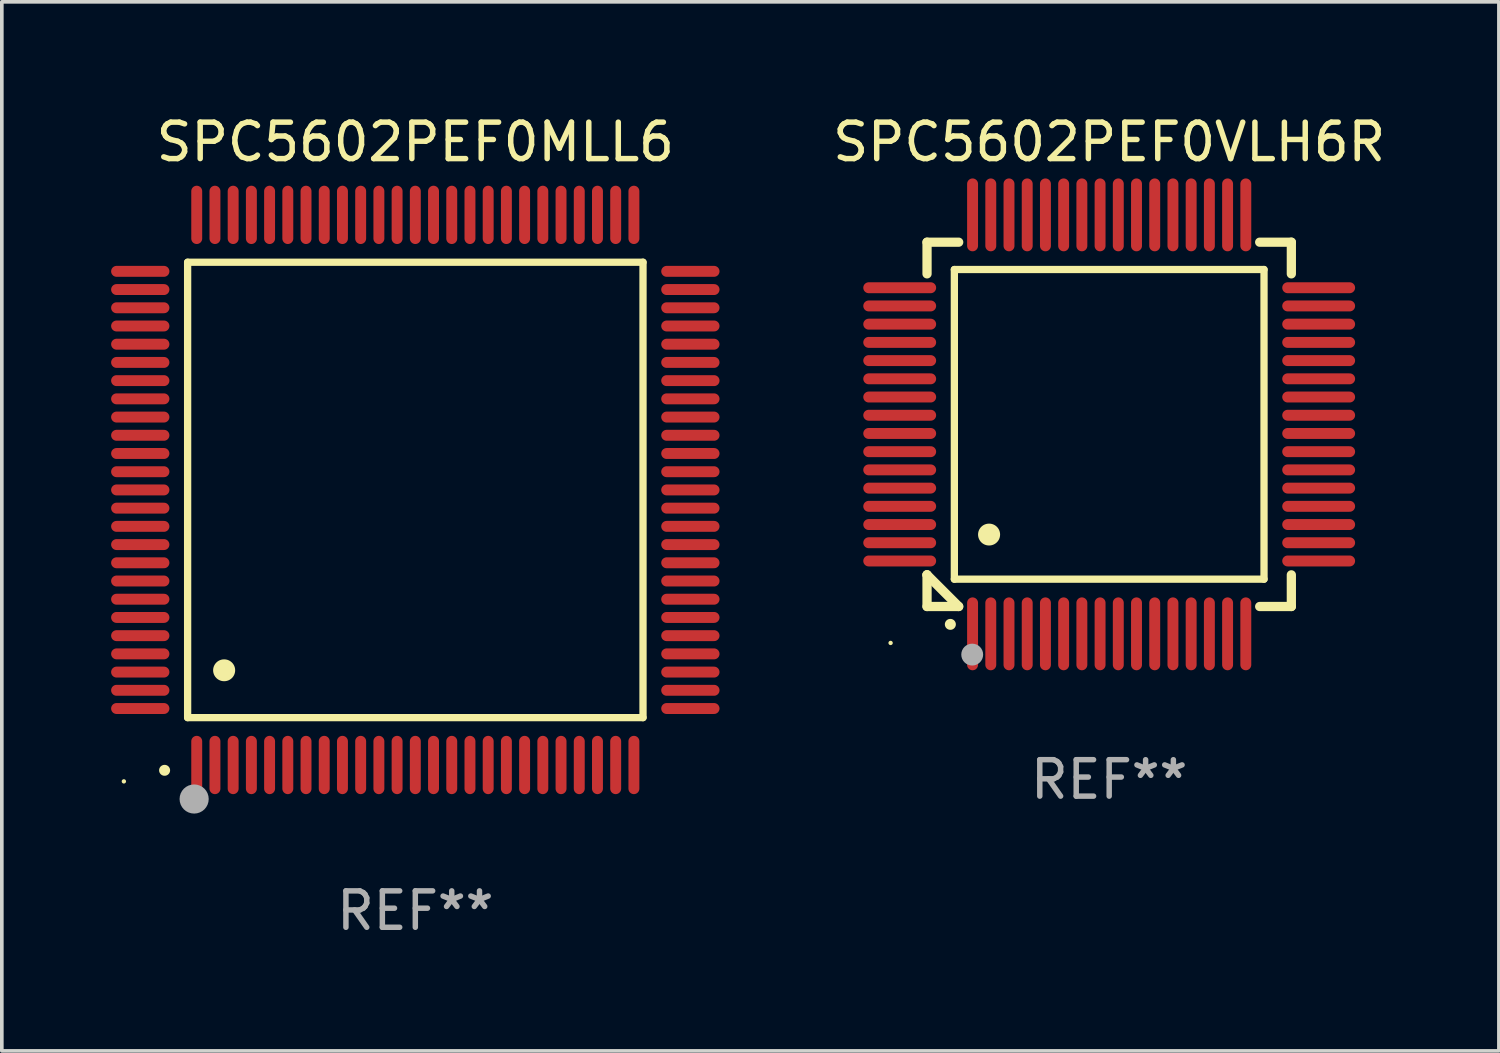
<source format=kicad_pcb>
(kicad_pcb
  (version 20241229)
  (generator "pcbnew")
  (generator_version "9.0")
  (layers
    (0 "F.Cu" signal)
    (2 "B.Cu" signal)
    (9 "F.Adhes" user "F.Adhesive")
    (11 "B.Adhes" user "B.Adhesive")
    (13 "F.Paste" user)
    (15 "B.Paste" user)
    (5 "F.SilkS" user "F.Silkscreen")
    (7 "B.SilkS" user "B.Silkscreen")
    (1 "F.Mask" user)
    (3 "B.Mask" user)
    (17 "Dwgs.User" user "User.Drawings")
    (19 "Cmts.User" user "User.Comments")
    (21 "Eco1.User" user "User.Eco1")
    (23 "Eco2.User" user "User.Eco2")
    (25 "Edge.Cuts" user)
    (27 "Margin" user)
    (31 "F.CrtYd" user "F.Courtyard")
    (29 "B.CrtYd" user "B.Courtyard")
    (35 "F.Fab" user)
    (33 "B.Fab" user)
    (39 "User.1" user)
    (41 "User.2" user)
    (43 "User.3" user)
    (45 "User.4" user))
  (footprint "SPC5602PEF0VLH6R"
    (layer "F.Cu")
    (at 27.396 8.598)
    (property "Reference" "SPC5602PEF0VLH6R" (at 0 -7.75 0) (layer "F.SilkS") (effects (font (size 1 1) (thickness 0.15))))
    (attr through_hole)
    (fp_line (start -5 -5) (end -4.131 -5) (stroke (width 0.254) (type solid)) (layer "F.SilkS"))
    (fp_line (start -5 -4.131) (end -5 -5) (stroke (width 0.254) (type solid)) (layer "F.SilkS"))
    (fp_line (start -5 4.131) (end -5 4.131) (stroke (width 0.254) (type solid)) (layer "F.SilkS"))
    (fp_line (start -5 5) (end -5 4.131) (stroke (width 0.254) (type solid)) (layer "F.SilkS"))
    (fp_line (start -5 4.131) (end -4.131 5) (stroke (width 0.254) (type solid)) (layer "F.SilkS"))
    (fp_line (start -4.25 -4.25) (end -4.25 4.25) (stroke (width 0.2) (type solid)) (layer "F.SilkS"))
    (fp_line (start -4.25 4.25) (end 4.25 4.25) (stroke (width 0.2) (type solid)) (layer "F.SilkS"))
    (fp_line (start -4.131 5) (end -5 5) (stroke (width 0.254) (type solid)) (layer "F.SilkS"))
    (fp_line (start 4.25 -4.25) (end -4.25 -4.25) (stroke (width 0.2) (type solid)) (layer "F.SilkS"))
    (fp_line (start 4.25 4.25) (end 4.25 -4.25) (stroke (width 0.2) (type solid)) (layer "F.SilkS"))
    (fp_line (start 5 -5) (end 4.131 -5) (stroke (width 0.254) (type solid)) (layer "F.SilkS"))
    (fp_line (start 5 -5) (end 5 -4.131) (stroke (width 0.254) (type solid)) (layer "F.SilkS"))
    (fp_line (start 5 4.131) (end 5 5) (stroke (width 0.254) (type solid)) (layer "F.SilkS"))
    (fp_line (start 5 5) (end 4.131 5) (stroke (width 0.254) (type solid)) (layer "F.SilkS"))
    (fp_arc (start -4.361265 5.489992) (mid -4.359995 5.489987) (end -4.358725 5.489992) (stroke (width 0.3) (type solid)) (layer "F.SilkS"))
    (fp_arc (start -3.299467 3.025146) (mid -3.296927 3.025135) (end -3.294387 3.025146) (stroke (width 0.6) (type solid)) (layer "F.SilkS"))
    (fp_circle (center -6 6) (end -5.97 6) (stroke (width 0.06) (type solid)) (fill no) (layer "F.SilkS"))
    (fp_circle (center -3.76 6.32) (end -3.61 6.32) (stroke (width 0.3) (type solid)) (fill no) (layer "F.Fab"))
    (fp_text user "REF**" (at 0 9.75 0) (layer "F.Fab") (effects (font (size 1 1) (thickness 0.15))))
    (pad "1" smd oval (at -3.75 5.75) (size 0.3 2) (layers "F.Cu" "F.Mask" "F.Paste"))
    (pad "2" smd oval (at -3.25 5.75) (size 0.3 2) (layers "F.Cu" "F.Mask" "F.Paste"))
    (pad "3" smd oval (at -2.75 5.75) (size 0.3 2) (layers "F.Cu" "F.Mask" "F.Paste"))
    (pad "4" smd oval (at -2.25 5.75) (size 0.3 2) (layers "F.Cu" "F.Mask" "F.Paste"))
    (pad "5" smd oval (at -1.75 5.75) (size 0.3 2) (layers "F.Cu" "F.Mask" "F.Paste"))
    (pad "6" smd oval (at -1.25 5.75) (size 0.3 2) (layers "F.Cu" "F.Mask" "F.Paste"))
    (pad "7" smd oval (at -0.75 5.75) (size 0.3 2) (layers "F.Cu" "F.Mask" "F.Paste"))
    (pad "8" smd oval (at -0.25 5.75) (size 0.3 2) (layers "F.Cu" "F.Mask" "F.Paste"))
    (pad "9" smd oval (at 0.25 5.75) (size 0.3 2) (layers "F.Cu" "F.Mask" "F.Paste"))
    (pad "10" smd oval (at 0.75 5.75) (size 0.3 2) (layers "F.Cu" "F.Mask" "F.Paste"))
    (pad "11" smd oval (at 1.25 5.75) (size 0.3 2) (layers "F.Cu" "F.Mask" "F.Paste"))
    (pad "12" smd oval (at 1.75 5.75) (size 0.3 2) (layers "F.Cu" "F.Mask" "F.Paste"))
    (pad "13" smd oval (at 2.25 5.75) (size 0.3 2) (layers "F.Cu" "F.Mask" "F.Paste"))
    (pad "14" smd oval (at 2.75 5.75) (size 0.3 2) (layers "F.Cu" "F.Mask" "F.Paste"))
    (pad "15" smd oval (at 3.25 5.75) (size 0.3 2) (layers "F.Cu" "F.Mask" "F.Paste"))
    (pad "16" smd oval (at 3.75 5.75) (size 0.3 2) (layers "F.Cu" "F.Mask" "F.Paste"))
    (pad "17" smd oval (at 5.75 3.75) (size 2 0.3) (layers "F.Cu" "F.Mask" "F.Paste"))
    (pad "18" smd oval (at 5.75 3.25) (size 2 0.3) (layers "F.Cu" "F.Mask" "F.Paste"))
    (pad "19" smd oval (at 5.75 2.75) (size 2 0.3) (layers "F.Cu" "F.Mask" "F.Paste"))
    (pad "20" smd oval (at 5.75 2.25) (size 2 0.3) (layers "F.Cu" "F.Mask" "F.Paste"))
    (pad "21" smd oval (at 5.75 1.75) (size 2 0.3) (layers "F.Cu" "F.Mask" "F.Paste"))
    (pad "22" smd oval (at 5.75 1.25) (size 2 0.3) (layers "F.Cu" "F.Mask" "F.Paste"))
    (pad "23" smd oval (at 5.75 0.75) (size 2 0.3) (layers "F.Cu" "F.Mask" "F.Paste"))
    (pad "24" smd oval (at 5.75 0.25) (size 2 0.3) (layers "F.Cu" "F.Mask" "F.Paste"))
    (pad "25" smd oval (at 5.75 -0.25) (size 2 0.3) (layers "F.Cu" "F.Mask" "F.Paste"))
    (pad "26" smd oval (at 5.75 -0.75) (size 2 0.3) (layers "F.Cu" "F.Mask" "F.Paste"))
    (pad "27" smd oval (at 5.75 -1.25) (size 2 0.3) (layers "F.Cu" "F.Mask" "F.Paste"))
    (pad "28" smd oval (at 5.75 -1.75) (size 2 0.3) (layers "F.Cu" "F.Mask" "F.Paste"))
    (pad "29" smd oval (at 5.75 -2.25) (size 2 0.3) (layers "F.Cu" "F.Mask" "F.Paste"))
    (pad "30" smd oval (at 5.75 -2.75) (size 2 0.3) (layers "F.Cu" "F.Mask" "F.Paste"))
    (pad "31" smd oval (at 5.75 -3.25) (size 2 0.3) (layers "F.Cu" "F.Mask" "F.Paste"))
    (pad "32" smd oval (at 5.75 -3.75) (size 2 0.3) (layers "F.Cu" "F.Mask" "F.Paste"))
    (pad "33" smd oval (at 3.75 -5.75) (size 0.3 2) (layers "F.Cu" "F.Mask" "F.Paste"))
    (pad "34" smd oval (at 3.25 -5.75) (size 0.3 2) (layers "F.Cu" "F.Mask" "F.Paste"))
    (pad "35" smd oval (at 2.75 -5.75) (size 0.3 2) (layers "F.Cu" "F.Mask" "F.Paste"))
    (pad "36" smd oval (at 2.25 -5.75) (size 0.3 2) (layers "F.Cu" "F.Mask" "F.Paste"))
    (pad "37" smd oval (at 1.75 -5.75) (size 0.3 2) (layers "F.Cu" "F.Mask" "F.Paste"))
    (pad "38" smd oval (at 1.25 -5.75) (size 0.3 2) (layers "F.Cu" "F.Mask" "F.Paste"))
    (pad "39" smd oval (at 0.75 -5.75) (size 0.3 2) (layers "F.Cu" "F.Mask" "F.Paste"))
    (pad "40" smd oval (at 0.25 -5.75) (size 0.3 2) (layers "F.Cu" "F.Mask" "F.Paste"))
    (pad "41" smd oval (at -0.25 -5.75) (size 0.3 2) (layers "F.Cu" "F.Mask" "F.Paste"))
    (pad "42" smd oval (at -0.75 -5.75) (size 0.3 2) (layers "F.Cu" "F.Mask" "F.Paste"))
    (pad "43" smd oval (at -1.25 -5.75) (size 0.3 2) (layers "F.Cu" "F.Mask" "F.Paste"))
    (pad "44" smd oval (at -1.75 -5.75) (size 0.3 2) (layers "F.Cu" "F.Mask" "F.Paste"))
    (pad "45" smd oval (at -2.25 -5.75) (size 0.3 2) (layers "F.Cu" "F.Mask" "F.Paste"))
    (pad "46" smd oval (at -2.75 -5.75) (size 0.3 2) (layers "F.Cu" "F.Mask" "F.Paste"))
    (pad "47" smd oval (at -3.25 -5.75) (size 0.3 2) (layers "F.Cu" "F.Mask" "F.Paste"))
    (pad "48" smd oval (at -3.75 -5.75) (size 0.3 2) (layers "F.Cu" "F.Mask" "F.Paste"))
    (pad "49" smd oval (at -5.75 -3.75) (size 2 0.3) (layers "F.Cu" "F.Mask" "F.Paste"))
    (pad "50" smd oval (at -5.75 -3.25) (size 2 0.3) (layers "F.Cu" "F.Mask" "F.Paste"))
    (pad "51" smd oval (at -5.75 -2.75) (size 2 0.3) (layers "F.Cu" "F.Mask" "F.Paste"))
    (pad "52" smd oval (at -5.75 -2.25) (size 2 0.3) (layers "F.Cu" "F.Mask" "F.Paste"))
    (pad "53" smd oval (at -5.75 -1.75) (size 2 0.3) (layers "F.Cu" "F.Mask" "F.Paste"))
    (pad "54" smd oval (at -5.75 -1.25) (size 2 0.3) (layers "F.Cu" "F.Mask" "F.Paste"))
    (pad "55" smd oval (at -5.75 -0.75) (size 2 0.3) (layers "F.Cu" "F.Mask" "F.Paste"))
    (pad "56" smd oval (at -5.75 -0.25) (size 2 0.3) (layers "F.Cu" "F.Mask" "F.Paste"))
    (pad "57" smd oval (at -5.75 0.25) (size 2 0.3) (layers "F.Cu" "F.Mask" "F.Paste"))
    (pad "58" smd oval (at -5.75 0.75) (size 2 0.3) (layers "F.Cu" "F.Mask" "F.Paste"))
    (pad "59" smd oval (at -5.75 1.25) (size 2 0.3) (layers "F.Cu" "F.Mask" "F.Paste"))
    (pad "60" smd oval (at -5.75 1.75) (size 2 0.3) (layers "F.Cu" "F.Mask" "F.Paste"))
    (pad "61" smd oval (at -5.75 2.25) (size 2 0.3) (layers "F.Cu" "F.Mask" "F.Paste"))
    (pad "62" smd oval (at -5.75 2.75) (size 2 0.3) (layers "F.Cu" "F.Mask" "F.Paste"))
    (pad "63" smd oval (at -5.75 3.25) (size 2 0.3) (layers "F.Cu" "F.Mask" "F.Paste"))
    (pad "64" smd oval (at -5.75 3.75) (size 2 0.3) (layers "F.Cu" "F.Mask" "F.Paste")))
  (footprint "SPC5602PEF0MLL6"
    (layer "F.Cu")
    (at 8.35 10.398)
    (property "Reference" "SPC5602PEF0MLL6" (at 0 -9.55 0) (layer "F.SilkS") (effects (font (size 1 1) (thickness 0.15))))
    (attr through_hole)
    (fp_line (start -6.25 -6.25) (end -6.25 6.25) (stroke (width 0.2) (type solid)) (layer "F.SilkS"))
    (fp_line (start -6.25 6.25) (end 6.25 6.25) (stroke (width 0.2) (type solid)) (layer "F.SilkS"))
    (fp_line (start 6.25 -6.25) (end -6.25 -6.25) (stroke (width 0.2) (type solid)) (layer "F.SilkS"))
    (fp_line (start 6.25 6.25) (end 6.25 -6.25) (stroke (width 0.2) (type solid)) (layer "F.SilkS"))
    (fp_arc (start -6.883414 7.696215) (mid -6.882144 7.69621) (end -6.880874 7.696215) (stroke (width 0.3) (type solid)) (layer "F.SilkS"))
    (fp_arc (start -5.250191 4.95047) (mid -5.247651 4.950459) (end -5.245111 4.95047) (stroke (width 0.6) (type solid)) (layer "F.SilkS"))
    (fp_circle (center -8 8) (end -7.97 8) (stroke (width 0.06) (type solid)) (fill no) (layer "F.SilkS"))
    (fp_circle (center -6.071 8.484) (end -5.871 8.484) (stroke (width 0.4) (type solid)) (fill no) (layer "F.Fab"))
    (fp_text user "REF**" (at 0 11.55 0) (layer "F.Fab") (effects (font (size 1 1) (thickness 0.15))))
    (pad "1" smd oval (at -6 7.55) (size 0.3 1.6) (layers "F.Cu" "F.Mask" "F.Paste"))
    (pad "2" smd oval (at -5.5 7.55) (size 0.3 1.6) (layers "F.Cu" "F.Mask" "F.Paste"))
    (pad "3" smd oval (at -5 7.55) (size 0.3 1.6) (layers "F.Cu" "F.Mask" "F.Paste"))
    (pad "4" smd oval (at -4.5 7.55) (size 0.3 1.6) (layers "F.Cu" "F.Mask" "F.Paste"))
    (pad "5" smd oval (at -4 7.55) (size 0.3 1.6) (layers "F.Cu" "F.Mask" "F.Paste"))
    (pad "6" smd oval (at -3.5 7.55) (size 0.3 1.6) (layers "F.Cu" "F.Mask" "F.Paste"))
    (pad "7" smd oval (at -3 7.55) (size 0.3 1.6) (layers "F.Cu" "F.Mask" "F.Paste"))
    (pad "8" smd oval (at -2.5 7.55) (size 0.3 1.6) (layers "F.Cu" "F.Mask" "F.Paste"))
    (pad "9" smd oval (at -2 7.55) (size 0.3 1.6) (layers "F.Cu" "F.Mask" "F.Paste"))
    (pad "10" smd oval (at -1.5 7.55) (size 0.3 1.6) (layers "F.Cu" "F.Mask" "F.Paste"))
    (pad "11" smd oval (at -1 7.55) (size 0.3 1.6) (layers "F.Cu" "F.Mask" "F.Paste"))
    (pad "12" smd oval (at -0.5 7.55) (size 0.3 1.6) (layers "F.Cu" "F.Mask" "F.Paste"))
    (pad "13" smd oval (at 0 7.55) (size 0.3 1.6) (layers "F.Cu" "F.Mask" "F.Paste"))
    (pad "14" smd oval (at 0.5 7.55) (size 0.3 1.6) (layers "F.Cu" "F.Mask" "F.Paste"))
    (pad "15" smd oval (at 1 7.55) (size 0.3 1.6) (layers "F.Cu" "F.Mask" "F.Paste"))
    (pad "16" smd oval (at 1.5 7.55) (size 0.3 1.6) (layers "F.Cu" "F.Mask" "F.Paste"))
    (pad "17" smd oval (at 2 7.55) (size 0.3 1.6) (layers "F.Cu" "F.Mask" "F.Paste"))
    (pad "18" smd oval (at 2.5 7.55) (size 0.3 1.6) (layers "F.Cu" "F.Mask" "F.Paste"))
    (pad "19" smd oval (at 3 7.55) (size 0.3 1.6) (layers "F.Cu" "F.Mask" "F.Paste"))
    (pad "20" smd oval (at 3.5 7.55) (size 0.3 1.6) (layers "F.Cu" "F.Mask" "F.Paste"))
    (pad "21" smd oval (at 4 7.55) (size 0.3 1.6) (layers "F.Cu" "F.Mask" "F.Paste"))
    (pad "22" smd oval (at 4.5 7.55) (size 0.3 1.6) (layers "F.Cu" "F.Mask" "F.Paste"))
    (pad "23" smd oval (at 5 7.55) (size 0.3 1.6) (layers "F.Cu" "F.Mask" "F.Paste"))
    (pad "24" smd oval (at 5.5 7.55) (size 0.3 1.6) (layers "F.Cu" "F.Mask" "F.Paste"))
    (pad "25" smd oval (at 6 7.55) (size 0.3 1.6) (layers "F.Cu" "F.Mask" "F.Paste"))
    (pad "26" smd oval (at 7.55 6) (size 1.6 0.3) (layers "F.Cu" "F.Mask" "F.Paste"))
    (pad "27" smd oval (at 7.55 5.5) (size 1.6 0.3) (layers "F.Cu" "F.Mask" "F.Paste"))
    (pad "28" smd oval (at 7.55 5) (size 1.6 0.3) (layers "F.Cu" "F.Mask" "F.Paste"))
    (pad "29" smd oval (at 7.55 4.5) (size 1.6 0.3) (layers "F.Cu" "F.Mask" "F.Paste"))
    (pad "30" smd oval (at 7.55 4) (size 1.6 0.3) (layers "F.Cu" "F.Mask" "F.Paste"))
    (pad "31" smd oval (at 7.55 3.5) (size 1.6 0.3) (layers "F.Cu" "F.Mask" "F.Paste"))
    (pad "32" smd oval (at 7.55 3) (size 1.6 0.3) (layers "F.Cu" "F.Mask" "F.Paste"))
    (pad "33" smd oval (at 7.55 2.5) (size 1.6 0.3) (layers "F.Cu" "F.Mask" "F.Paste"))
    (pad "34" smd oval (at 7.55 2) (size 1.6 0.3) (layers "F.Cu" "F.Mask" "F.Paste"))
    (pad "35" smd oval (at 7.55 1.5) (size 1.6 0.3) (layers "F.Cu" "F.Mask" "F.Paste"))
    (pad "36" smd oval (at 7.55 1) (size 1.6 0.3) (layers "F.Cu" "F.Mask" "F.Paste"))
    (pad "37" smd oval (at 7.55 0.5) (size 1.6 0.3) (layers "F.Cu" "F.Mask" "F.Paste"))
    (pad "38" smd oval (at 7.55 0) (size 1.6 0.3) (layers "F.Cu" "F.Mask" "F.Paste"))
    (pad "39" smd oval (at 7.55 -0.5) (size 1.6 0.3) (layers "F.Cu" "F.Mask" "F.Paste"))
    (pad "40" smd oval (at 7.55 -1) (size 1.6 0.3) (layers "F.Cu" "F.Mask" "F.Paste"))
    (pad "41" smd oval (at 7.55 -1.5) (size 1.6 0.3) (layers "F.Cu" "F.Mask" "F.Paste"))
    (pad "42" smd oval (at 7.55 -2) (size 1.6 0.3) (layers "F.Cu" "F.Mask" "F.Paste"))
    (pad "43" smd oval (at 7.55 -2.5) (size 1.6 0.3) (layers "F.Cu" "F.Mask" "F.Paste"))
    (pad "44" smd oval (at 7.55 -3) (size 1.6 0.3) (layers "F.Cu" "F.Mask" "F.Paste"))
    (pad "45" smd oval (at 7.55 -3.5) (size 1.6 0.3) (layers "F.Cu" "F.Mask" "F.Paste"))
    (pad "46" smd oval (at 7.55 -4) (size 1.6 0.3) (layers "F.Cu" "F.Mask" "F.Paste"))
    (pad "47" smd oval (at 7.55 -4.5) (size 1.6 0.3) (layers "F.Cu" "F.Mask" "F.Paste"))
    (pad "48" smd oval (at 7.55 -5) (size 1.6 0.3) (layers "F.Cu" "F.Mask" "F.Paste"))
    (pad "49" smd oval (at 7.55 -5.5) (size 1.6 0.3) (layers "F.Cu" "F.Mask" "F.Paste"))
    (pad "50" smd oval (at 7.55 -6) (size 1.6 0.3) (layers "F.Cu" "F.Mask" "F.Paste"))
    (pad "51" smd oval (at 6 -7.55) (size 0.3 1.6) (layers "F.Cu" "F.Mask" "F.Paste"))
    (pad "52" smd oval (at 5.5 -7.55) (size 0.3 1.6) (layers "F.Cu" "F.Mask" "F.Paste"))
    (pad "53" smd oval (at 5 -7.55) (size 0.3 1.6) (layers "F.Cu" "F.Mask" "F.Paste"))
    (pad "54" smd oval (at 4.5 -7.55) (size 0.3 1.6) (layers "F.Cu" "F.Mask" "F.Paste"))
    (pad "55" smd oval (at 4 -7.55) (size 0.3 1.6) (layers "F.Cu" "F.Mask" "F.Paste"))
    (pad "56" smd oval (at 3.5 -7.55) (size 0.3 1.6) (layers "F.Cu" "F.Mask" "F.Paste"))
    (pad "57" smd oval (at 3 -7.55) (size 0.3 1.6) (layers "F.Cu" "F.Mask" "F.Paste"))
    (pad "58" smd oval (at 2.5 -7.55) (size 0.3 1.6) (layers "F.Cu" "F.Mask" "F.Paste"))
    (pad "59" smd oval (at 2 -7.55) (size 0.3 1.6) (layers "F.Cu" "F.Mask" "F.Paste"))
    (pad "60" smd oval (at 1.5 -7.55) (size 0.3 1.6) (layers "F.Cu" "F.Mask" "F.Paste"))
    (pad "61" smd oval (at 1 -7.55) (size 0.3 1.6) (layers "F.Cu" "F.Mask" "F.Paste"))
    (pad "62" smd oval (at 0.5 -7.55) (size 0.3 1.6) (layers "F.Cu" "F.Mask" "F.Paste"))
    (pad "63" smd oval (at 0 -7.55) (size 0.3 1.6) (layers "F.Cu" "F.Mask" "F.Paste"))
    (pad "64" smd oval (at -0.5 -7.55) (size 0.3 1.6) (layers "F.Cu" "F.Mask" "F.Paste"))
    (pad "65" smd oval (at -1 -7.55) (size 0.3 1.6) (layers "F.Cu" "F.Mask" "F.Paste"))
    (pad "66" smd oval (at -1.5 -7.55) (size 0.3 1.6) (layers "F.Cu" "F.Mask" "F.Paste"))
    (pad "67" smd oval (at -2 -7.55) (size 0.3 1.6) (layers "F.Cu" "F.Mask" "F.Paste"))
    (pad "68" smd oval (at -2.5 -7.55) (size 0.3 1.6) (layers "F.Cu" "F.Mask" "F.Paste"))
    (pad "69" smd oval (at -3 -7.55) (size 0.3 1.6) (layers "F.Cu" "F.Mask" "F.Paste"))
    (pad "70" smd oval (at -3.5 -7.55) (size 0.3 1.6) (layers "F.Cu" "F.Mask" "F.Paste"))
    (pad "71" smd oval (at -4 -7.55) (size 0.3 1.6) (layers "F.Cu" "F.Mask" "F.Paste"))
    (pad "72" smd oval (at -4.5 -7.55) (size 0.3 1.6) (layers "F.Cu" "F.Mask" "F.Paste"))
    (pad "73" smd oval (at -5 -7.55) (size 0.3 1.6) (layers "F.Cu" "F.Mask" "F.Paste"))
    (pad "74" smd oval (at -5.5 -7.55) (size 0.3 1.6) (layers "F.Cu" "F.Mask" "F.Paste"))
    (pad "75" smd oval (at -6 -7.55) (size 0.3 1.6) (layers "F.Cu" "F.Mask" "F.Paste"))
    (pad "76" smd oval (at -7.55 -6) (size 1.6 0.3) (layers "F.Cu" "F.Mask" "F.Paste"))
    (pad "77" smd oval (at -7.55 -5.5) (size 1.6 0.3) (layers "F.Cu" "F.Mask" "F.Paste"))
    (pad "78" smd oval (at -7.55 -5) (size 1.6 0.3) (layers "F.Cu" "F.Mask" "F.Paste"))
    (pad "79" smd oval (at -7.55 -4.5) (size 1.6 0.3) (layers "F.Cu" "F.Mask" "F.Paste"))
    (pad "80" smd oval (at -7.55 -4) (size 1.6 0.3) (layers "F.Cu" "F.Mask" "F.Paste"))
    (pad "81" smd oval (at -7.55 -3.5) (size 1.6 0.3) (layers "F.Cu" "F.Mask" "F.Paste"))
    (pad "82" smd oval (at -7.55 -3) (size 1.6 0.3) (layers "F.Cu" "F.Mask" "F.Paste"))
    (pad "83" smd oval (at -7.55 -2.5) (size 1.6 0.3) (layers "F.Cu" "F.Mask" "F.Paste"))
    (pad "84" smd oval (at -7.55 -2) (size 1.6 0.3) (layers "F.Cu" "F.Mask" "F.Paste"))
    (pad "85" smd oval (at -7.55 -1.5) (size 1.6 0.3) (layers "F.Cu" "F.Mask" "F.Paste"))
    (pad "86" smd oval (at -7.55 -1) (size 1.6 0.3) (layers "F.Cu" "F.Mask" "F.Paste"))
    (pad "87" smd oval (at -7.55 -0.5) (size 1.6 0.3) (layers "F.Cu" "F.Mask" "F.Paste"))
    (pad "88" smd oval (at -7.55 0) (size 1.6 0.3) (layers "F.Cu" "F.Mask" "F.Paste"))
    (pad "89" smd oval (at -7.55 0.5) (size 1.6 0.3) (layers "F.Cu" "F.Mask" "F.Paste"))
    (pad "90" smd oval (at -7.55 1) (size 1.6 0.3) (layers "F.Cu" "F.Mask" "F.Paste"))
    (pad "91" smd oval (at -7.55 1.5) (size 1.6 0.3) (layers "F.Cu" "F.Mask" "F.Paste"))
    (pad "92" smd oval (at -7.55 2) (size 1.6 0.3) (layers "F.Cu" "F.Mask" "F.Paste"))
    (pad "93" smd oval (at -7.55 2.5) (size 1.6 0.3) (layers "F.Cu" "F.Mask" "F.Paste"))
    (pad "94" smd oval (at -7.55 3) (size 1.6 0.3) (layers "F.Cu" "F.Mask" "F.Paste"))
    (pad "95" smd oval (at -7.55 3.5) (size 1.6 0.3) (layers "F.Cu" "F.Mask" "F.Paste"))
    (pad "96" smd oval (at -7.55 4) (size 1.6 0.3) (layers "F.Cu" "F.Mask" "F.Paste"))
    (pad "97" smd oval (at -7.55 4.5) (size 1.6 0.3) (layers "F.Cu" "F.Mask" "F.Paste"))
    (pad "98" smd oval (at -7.55 5) (size 1.6 0.3) (layers "F.Cu" "F.Mask" "F.Paste"))
    (pad "99" smd oval (at -7.55 5.5) (size 1.6 0.3) (layers "F.Cu" "F.Mask" "F.Paste"))
    (pad "100" smd oval (at -7.55 6) (size 1.6 0.3) (layers "F.Cu" "F.Mask" "F.Paste")))
  (gr_rect
    (start -3 -3)
    (end 38.093 25.796)
    (stroke (width 0.1) (type default))
    (fill no)
    (layer "Edge.Cuts")))
</source>
